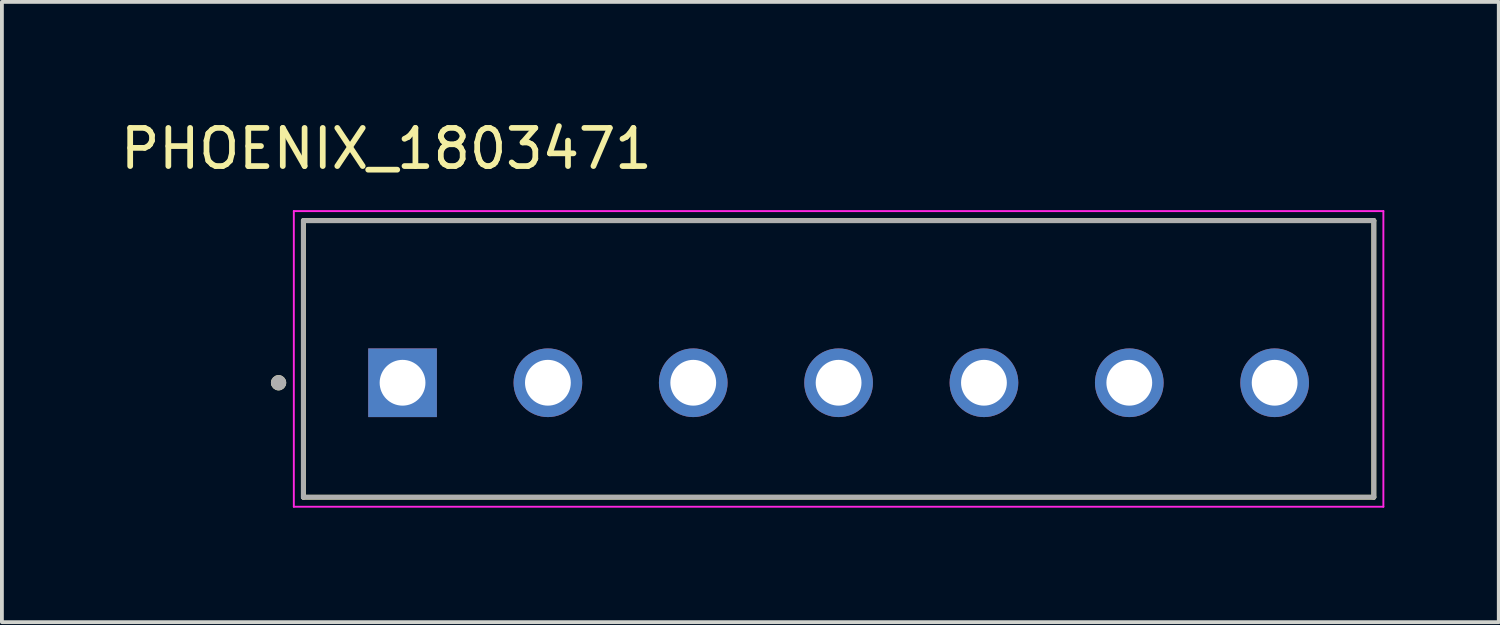
<source format=kicad_pcb>
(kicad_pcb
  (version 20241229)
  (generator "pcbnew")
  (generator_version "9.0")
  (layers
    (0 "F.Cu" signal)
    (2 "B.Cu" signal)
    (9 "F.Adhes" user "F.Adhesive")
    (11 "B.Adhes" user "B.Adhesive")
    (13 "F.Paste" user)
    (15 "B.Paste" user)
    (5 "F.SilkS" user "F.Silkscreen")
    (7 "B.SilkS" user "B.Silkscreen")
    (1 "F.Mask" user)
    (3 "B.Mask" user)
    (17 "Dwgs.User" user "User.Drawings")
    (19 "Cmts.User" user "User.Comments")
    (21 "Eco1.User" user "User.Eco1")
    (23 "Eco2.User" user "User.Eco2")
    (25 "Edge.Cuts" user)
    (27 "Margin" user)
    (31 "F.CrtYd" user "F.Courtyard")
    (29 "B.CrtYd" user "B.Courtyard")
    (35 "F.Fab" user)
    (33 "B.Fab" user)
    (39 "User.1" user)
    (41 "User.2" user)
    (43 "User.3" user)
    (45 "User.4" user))
  (footprint "PHOENIX_1803471"
    (layer "F.Cu")
    (at 4.902 9.983)
    (property "Reference" "PHOENIX_1803471" (at 2.175 -9.135 0) (layer "F.SilkS") (effects (font (size 1 1) (thickness 0.15))))
    (attr through_hole)
    (fp_line (start 0 0) (end 0 -7.25) (stroke (width 0.127) (type solid)) (layer "F.SilkS"))
    (fp_line (start 28.06 -7.25) (end 0 -7.25) (stroke (width 0.127) (type solid)) (layer "F.SilkS"))
    (fp_line (start 28.06 -7.25) (end 28.06 0) (stroke (width 0.127) (type solid)) (layer "F.SilkS"))
    (fp_line (start 28.06 0) (end 0 0) (stroke (width 0.127) (type solid)) (layer "F.SilkS"))
    (fp_circle (center -0.65 -3) (end -0.55 -3) (stroke (width 0.2) (type solid)) (fill no) (layer "F.SilkS"))
    (fp_line (start -0.25 -7.5) (end 28.31 -7.5) (stroke (width 0.05) (type solid)) (layer "F.CrtYd"))
    (fp_line (start -0.25 0.25) (end -0.25 -7.5) (stroke (width 0.05) (type solid)) (layer "F.CrtYd"))
    (fp_line (start 28.31 -7.5) (end 28.31 0.25) (stroke (width 0.05) (type solid)) (layer "F.CrtYd"))
    (fp_line (start 28.31 0.25) (end -0.25 0.25) (stroke (width 0.05) (type solid)) (layer "F.CrtYd"))
    (fp_line (start 0 -7.25) (end 28.06 -7.25) (stroke (width 0.127) (type solid)) (layer "F.Fab"))
    (fp_line (start 0 0) (end 0 -7.25) (stroke (width 0.127) (type solid)) (layer "F.Fab"))
    (fp_line (start 28.06 -7.25) (end 28.06 0) (stroke (width 0.127) (type solid)) (layer "F.Fab"))
    (fp_line (start 28.06 0) (end 0 0) (stroke (width 0.127) (type solid)) (layer "F.Fab"))
    (fp_circle (center -0.65 -3) (end -0.55 -3) (stroke (width 0.2) (type solid)) (fill no) (layer "F.Fab"))
    (pad "01" thru_hole rect (at 2.6 -3) (size 1.8 1.8) (drill 1.2) (layers "*.Cu" "*.Mask"))
    (pad "02" thru_hole circle (at 6.41 -3) (size 1.8 1.8) (drill 1.2) (layers "*.Cu" "*.Mask"))
    (pad "03" thru_hole circle (at 10.22 -3) (size 1.8 1.8) (drill 1.2) (layers "*.Cu" "*.Mask"))
    (pad "04" thru_hole circle (at 14.03 -3) (size 1.8 1.8) (drill 1.2) (layers "*.Cu" "*.Mask"))
    (pad "05" thru_hole circle (at 17.84 -3) (size 1.8 1.8) (drill 1.2) (layers "*.Cu" "*.Mask"))
    (pad "06" thru_hole circle (at 21.65 -3) (size 1.8 1.8) (drill 1.2) (layers "*.Cu" "*.Mask"))
    (pad "07" thru_hole circle (at 25.46 -3) (size 1.8 1.8) (drill 1.2) (layers "*.Cu" "*.Mask")))
  (gr_rect
    (start -3 -3)
    (end 36.237 13.258)
    (stroke (width 0.1) (type default))
    (fill no)
    (layer "Edge.Cuts")))
</source>
